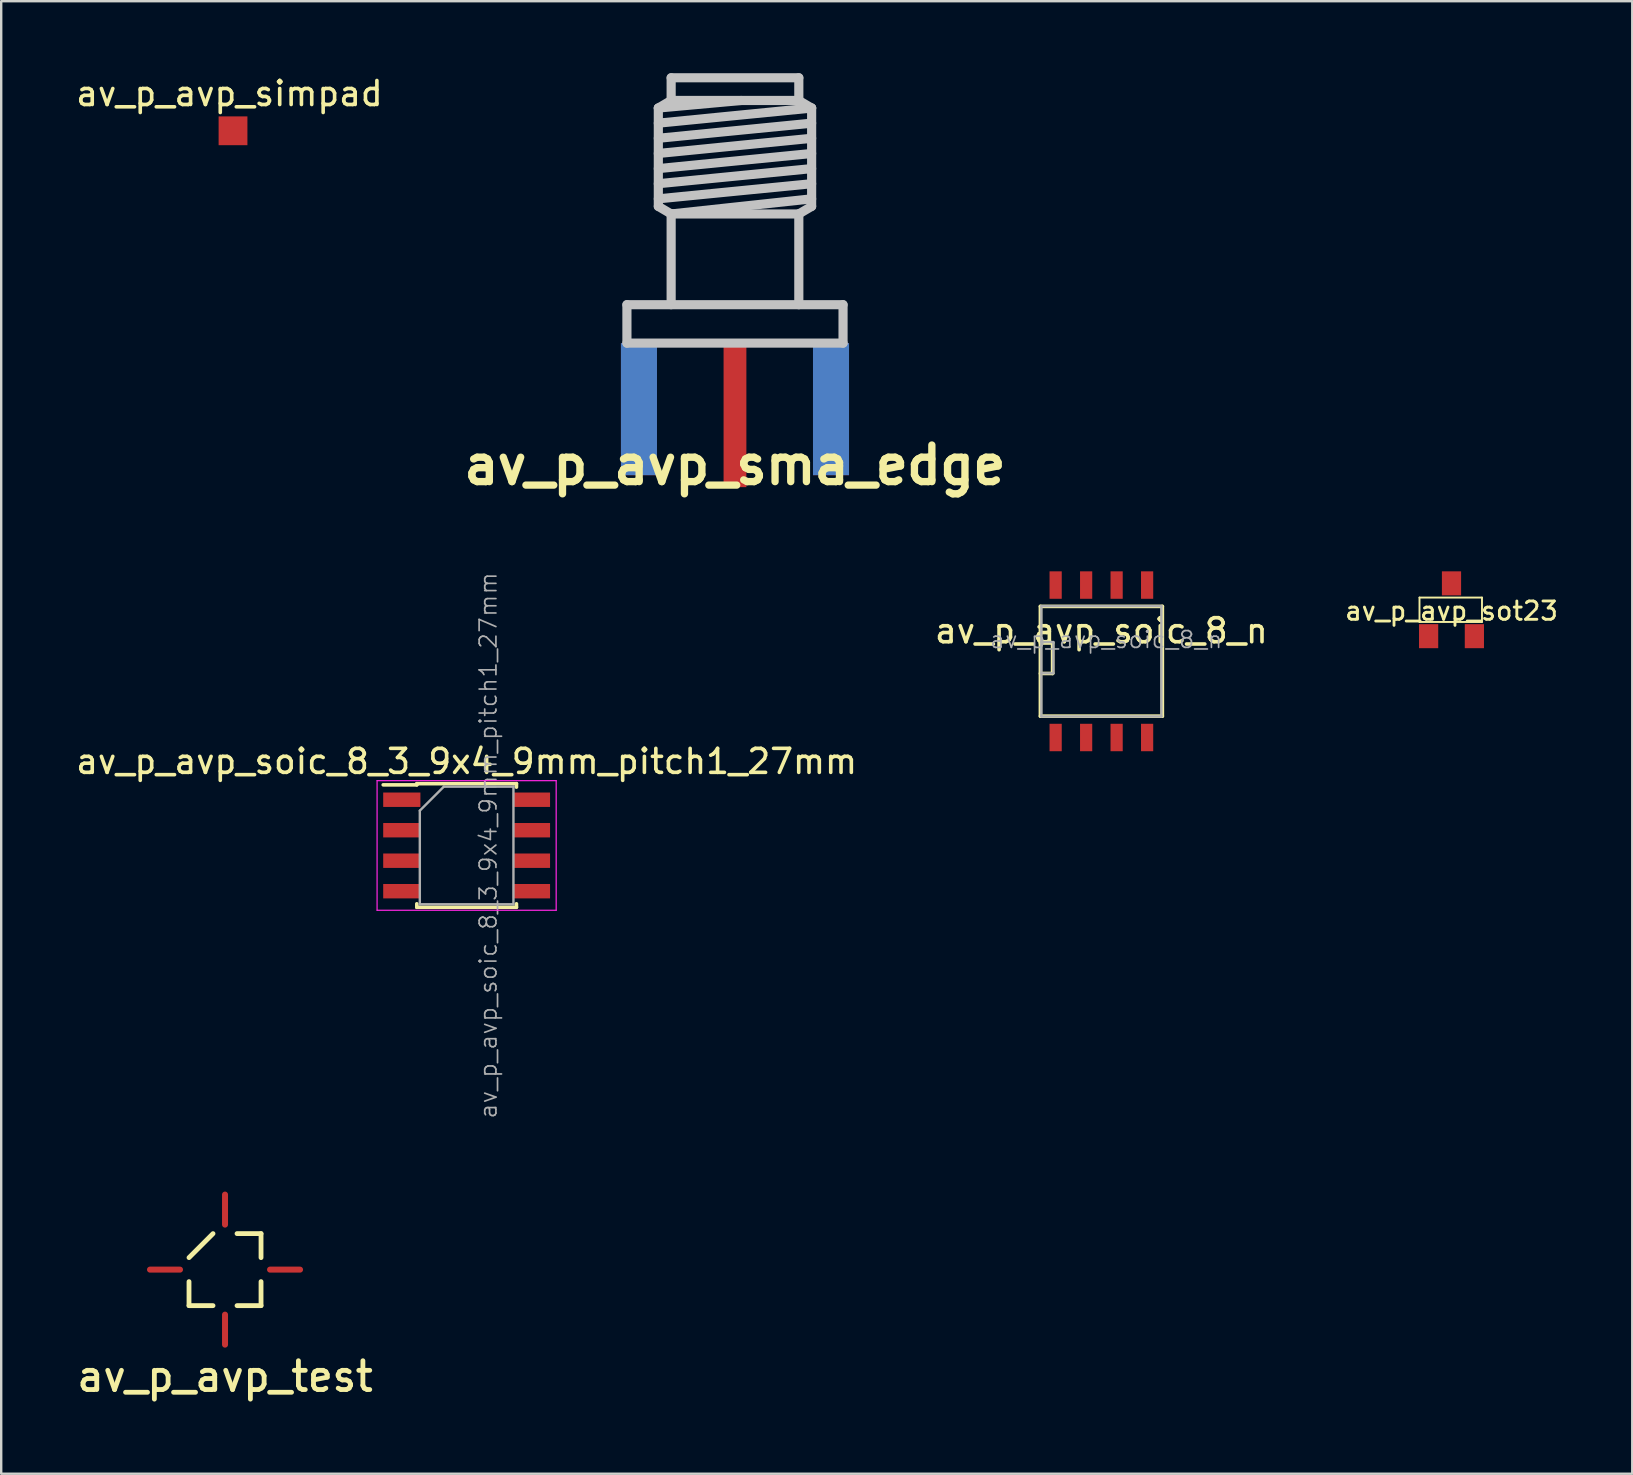
<source format=kicad_pcb>
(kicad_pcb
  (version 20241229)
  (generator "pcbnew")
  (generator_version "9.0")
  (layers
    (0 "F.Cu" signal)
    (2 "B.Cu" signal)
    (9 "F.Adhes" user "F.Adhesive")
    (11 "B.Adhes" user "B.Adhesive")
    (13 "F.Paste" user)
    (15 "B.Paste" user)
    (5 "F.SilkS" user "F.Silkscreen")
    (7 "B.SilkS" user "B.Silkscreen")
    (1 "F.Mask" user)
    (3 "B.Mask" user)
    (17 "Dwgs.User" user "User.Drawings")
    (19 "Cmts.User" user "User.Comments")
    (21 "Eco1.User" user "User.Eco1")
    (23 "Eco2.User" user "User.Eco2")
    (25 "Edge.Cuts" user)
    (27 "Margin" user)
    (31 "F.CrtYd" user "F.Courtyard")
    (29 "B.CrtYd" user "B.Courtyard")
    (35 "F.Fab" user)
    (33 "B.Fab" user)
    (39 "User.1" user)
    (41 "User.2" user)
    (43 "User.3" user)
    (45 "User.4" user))
  (footprint "av_p_avp_soic_8_3_9x4_9mm_pitch1_27mm"
    (layer "F.Cu")
    (at 16.387 32.167)
    (property "Reference" "av_p_avp_soic_8_3_9x4_9mm_pitch1_27mm" (at 0 -3.5 0) (layer "F.SilkS") (effects (font (size 1 1) (thickness 0.15))))
    (property "Value" "${VALUE}" (at -0.9 0.1 90) (layer "F.Fab") (hide yes) (effects (font (size 0.5 0.5) (thickness 0.05))))
    (attr smd)
    (fp_line (start -2.075 -2.575) (end -2.075 -2.525) (stroke (width 0.15) (type solid)) (layer "F.SilkS"))
    (fp_line (start -2.075 -2.575) (end 2.075 -2.575) (stroke (width 0.15) (type solid)) (layer "F.SilkS"))
    (fp_line (start -2.075 -2.525) (end -3.475 -2.525) (stroke (width 0.15) (type solid)) (layer "F.SilkS"))
    (fp_line (start -2.075 2.575) (end -2.075 2.43) (stroke (width 0.15) (type solid)) (layer "F.SilkS"))
    (fp_line (start -2.075 2.575) (end 2.075 2.575) (stroke (width 0.15) (type solid)) (layer "F.SilkS"))
    (fp_line (start 2.075 -2.575) (end 2.075 -2.43) (stroke (width 0.15) (type solid)) (layer "F.SilkS"))
    (fp_line (start 2.075 2.575) (end 2.075 2.43) (stroke (width 0.15) (type solid)) (layer "F.SilkS"))
    (fp_line (start -3.73 -2.7) (end -3.73 2.7) (stroke (width 0.05) (type solid)) (layer "F.CrtYd"))
    (fp_line (start -3.73 -2.7) (end 3.73 -2.7) (stroke (width 0.05) (type solid)) (layer "F.CrtYd"))
    (fp_line (start -3.73 2.7) (end 3.73 2.7) (stroke (width 0.05) (type solid)) (layer "F.CrtYd"))
    (fp_line (start 3.73 -2.7) (end 3.73 2.7) (stroke (width 0.05) (type solid)) (layer "F.CrtYd"))
    (fp_line (start -1.95 -1.45) (end -0.95 -2.45) (stroke (width 0.1) (type solid)) (layer "F.Fab"))
    (fp_line (start -1.95 2.45) (end -1.95 -1.45) (stroke (width 0.1) (type solid)) (layer "F.Fab"))
    (fp_line (start -0.95 -2.45) (end 1.95 -2.45) (stroke (width 0.1) (type solid)) (layer "F.Fab"))
    (fp_line (start 1.95 -2.45) (end 1.95 2.45) (stroke (width 0.1) (type solid)) (layer "F.Fab"))
    (fp_line (start 1.95 2.45) (end -1.95 2.45) (stroke (width 0.1) (type solid)) (layer "F.Fab"))
    (fp_text user "${REFERENCE}" (at 0.9 0 90) (layer "F.Fab") (effects (font (size 0.7 0.7) (thickness 0.07))))
    (pad "1" smd rect (at -2.7 -1.905) (size 1.55 0.6) (layers "F.Cu" "F.Mask" "F.Paste"))
    (pad "2" smd rect (at -2.7 -0.635) (size 1.55 0.6) (layers "F.Cu" "F.Mask" "F.Paste"))
    (pad "3" smd rect (at -2.7 0.635) (size 1.55 0.6) (layers "F.Cu" "F.Mask" "F.Paste"))
    (pad "4" smd rect (at -2.7 1.905) (size 1.55 0.6) (layers "F.Cu" "F.Mask" "F.Paste"))
    (pad "5" smd rect (at 2.7 1.905) (size 1.55 0.6) (layers "F.Cu" "F.Mask" "F.Paste"))
    (pad "6" smd rect (at 2.7 0.635) (size 1.55 0.6) (layers "F.Cu" "F.Mask" "F.Paste"))
    (pad "7" smd rect (at 2.7 -0.635) (size 1.55 0.6) (layers "F.Cu" "F.Mask" "F.Paste"))
    (pad "8" smd rect (at 2.7 -1.905) (size 1.55 0.6) (layers "F.Cu" "F.Mask" "F.Paste")))
  (footprint "av_p_avp_sma_edge"
    (layer "F.Cu")
    (at 27.565 11.242)
    (property "Reference" "av_p_avp_sma_edge" (at 0 5.08 0) (layer "F.SilkS") (effects (font (size 1.524 1.524) (thickness 0.305))))
    (attr through_hole)
    (fp_line (start -4.501 -1.6) (end -4.501 0) (stroke (width 0.381) (type solid)) (layer "Dwgs.User"))
    (fp_line (start -4.501 0) (end 4.501 0) (stroke (width 0.381) (type solid)) (layer "Dwgs.User"))
    (fp_line (start -3.193 -9.792) (end -2.659 -10.107) (stroke (width 0.381) (type solid)) (layer "Dwgs.User"))
    (fp_line (start -3.193 -9.792) (end 0.267 -10.107) (stroke (width 0.381) (type solid)) (layer "Dwgs.User"))
    (fp_line (start -3.193 -9.162) (end 3.193 -9.792) (stroke (width 0.381) (type solid)) (layer "Dwgs.User"))
    (fp_line (start -3.193 -8.532) (end 3.193 -9.162) (stroke (width 0.381) (type solid)) (layer "Dwgs.User"))
    (fp_line (start -3.193 -7.899) (end 3.193 -8.532) (stroke (width 0.381) (type solid)) (layer "Dwgs.User"))
    (fp_line (start -3.193 -7.269) (end 3.193 -7.899) (stroke (width 0.381) (type solid)) (layer "Dwgs.User"))
    (fp_line (start -3.193 -6.64) (end 3.193 -7.269) (stroke (width 0.381) (type solid)) (layer "Dwgs.User"))
    (fp_line (start -3.193 -6.01) (end 3.193 -6.64) (stroke (width 0.381) (type solid)) (layer "Dwgs.User"))
    (fp_line (start -3.193 -5.695) (end -3.193 -9.792) (stroke (width 0.381) (type solid)) (layer "Dwgs.User"))
    (fp_line (start -2.659 -10.107) (end -2.659 -11.052) (stroke (width 0.381) (type solid)) (layer "Dwgs.User"))
    (fp_line (start -2.659 -10.107) (end 2.659 -10.107) (stroke (width 0.381) (type solid)) (layer "Dwgs.User"))
    (fp_line (start -2.659 -5.38) (end -3.193 -5.695) (stroke (width 0.381) (type solid)) (layer "Dwgs.User"))
    (fp_line (start -2.659 -1.6) (end -2.659 -5.38) (stroke (width 0.381) (type solid)) (layer "Dwgs.User"))
    (fp_line (start 2.659 -11.052) (end -2.659 -11.052) (stroke (width 0.381) (type solid)) (layer "Dwgs.User"))
    (fp_line (start 2.659 -10.107) (end 2.659 -11.052) (stroke (width 0.381) (type solid)) (layer "Dwgs.User"))
    (fp_line (start 2.659 -10.107) (end 3.193 -9.792) (stroke (width 0.381) (type solid)) (layer "Dwgs.User"))
    (fp_line (start 2.659 -5.38) (end -2.659 -5.38) (stroke (width 0.381) (type solid)) (layer "Dwgs.User"))
    (fp_line (start 2.659 -1.6) (end 2.659 -5.38) (stroke (width 0.381) (type solid)) (layer "Dwgs.User"))
    (fp_line (start 3.193 -9.792) (end 3.193 -5.695) (stroke (width 0.381) (type solid)) (layer "Dwgs.User"))
    (fp_line (start 3.193 -6.01) (end -2.659 -5.38) (stroke (width 0.381) (type solid)) (layer "Dwgs.User"))
    (fp_line (start 3.193 -5.695) (end 2.659 -5.38) (stroke (width 0.381) (type solid)) (layer "Dwgs.User"))
    (fp_line (start 4.501 -1.6) (end -4.501 -1.6) (stroke (width 0.381) (type solid)) (layer "Dwgs.User"))
    (fp_line (start 4.501 0) (end 4.501 -1.6) (stroke (width 0.381) (type solid)) (layer "Dwgs.User"))
    (pad "1" smd rect (at 0 3) (size 0.95 6) (layers "F.Cu" "F.Mask" "F.Paste"))
    (pad "2" smd rect (at -4 2.751) (size 1.501 5.499) (layers "F.Cu" "F.Mask" "F.Paste"))
    (pad "3" smd rect (at 4 2.751) (size 1.501 5.499) (layers "F.Cu" "F.Mask" "F.Paste"))
    (pad "4" smd rect (at 4 2.751) (size 1.501 5.499) (layers "F.Mask" "B.Cu" "F.Paste"))
    (pad "5" smd rect (at -4 2.751) (size 1.501 5.499) (layers "F.Mask" "B.Cu" "F.Paste")))
  (footprint "av_p_avp_sot23"
    (layer "F.Cu")
    (at 57.411 22.349)
    (property "Reference" "av_p_avp_sot23" (at 0 0.05 0) (layer "F.SilkS") (effects (font (size 0.762 0.762) (thickness 0.119))))
    (attr through_hole)
    (fp_line (start -1.333 -0.508) (end -1.333 0.508) (stroke (width 0.079) (type solid)) (layer "F.SilkS"))
    (fp_line (start -1.333 -0.508) (end 1.27 -0.508) (stroke (width 0.079) (type solid)) (layer "F.SilkS"))
    (fp_line (start 1.27 -0.508) (end 1.27 0.508) (stroke (width 0.079) (type solid)) (layer "F.SilkS"))
    (fp_line (start 1.27 0.508) (end -1.333 0.508) (stroke (width 0.079) (type solid)) (layer "F.SilkS"))
    (pad "1" smd rect (at -0.953 1.1) (size 0.8 1.001) (layers "F.Cu" "F.Mask" "F.Paste"))
    (pad "2" smd rect (at 0.953 1.1) (size 0.8 1.001) (layers "F.Cu" "F.Mask" "F.Paste"))
    (pad "3" smd rect (at 0 -1.1) (size 0.8 1.001) (layers "F.Cu" "F.Mask" "F.Paste")))
  (footprint "av_p_avp_test"
    (layer "F.Cu")
    (at 6.323 49.835)
    (property "Reference" "av_p_avp_test" (at 0 4.45 0) (layer "F.SilkS") (effects (font (size 1.2 1.2) (thickness 0.2))))
    (attr through_hole)
    (fp_line (start -1.5 -0.5) (end -0.5 -1.5) (stroke (width 0.2) (type solid)) (layer "F.SilkS"))
    (fp_line (start -1.5 1.5) (end -1.5 0.5) (stroke (width 0.2) (type solid)) (layer "F.SilkS"))
    (fp_line (start -0.5 1.5) (end -1.5 1.5) (stroke (width 0.2) (type solid)) (layer "F.SilkS"))
    (fp_line (start 0.5 -1.5) (end 1.5 -1.5) (stroke (width 0.2) (type solid)) (layer "F.SilkS"))
    (fp_line (start 0.5 1.5) (end 1.5 1.5) (stroke (width 0.2) (type solid)) (layer "F.SilkS"))
    (fp_line (start 1.5 -1.5) (end 1.5 -0.5) (stroke (width 0.2) (type solid)) (layer "F.SilkS"))
    (fp_line (start 1.5 1.5) (end 1.5 0.5) (stroke (width 0.2) (type solid)) (layer "F.SilkS"))
    (pad "1" smd oval (at -2.5 0) (size 1.5 0.25) (layers "F.Cu" "F.Mask" "F.Paste"))
    (pad "2" smd oval (at 0 2.5) (size 0.25 1.5) (layers "F.Cu" "F.Mask" "F.Paste"))
    (pad "3" smd oval (at 2.5 0) (size 1.5 0.25) (layers "F.Cu" "F.Mask" "F.Paste"))
    (pad "4" smd oval (at 0 -2.5) (size 0.25 1.5) (layers "F.Cu" "F.Mask" "F.Paste")))
  (footprint "av_p_avp_soic_8_n"
    (layer "F.Cu")
    (at 42.827 24.495)
    (property "Reference" "av_p_avp_soic_8_n" (at 0 -1.27 0) (layer "F.SilkS") (effects (font (size 1 1) (thickness 0.15))))
    (attr smd)
    (fp_line (start -2.54 -2.286) (end 2.54 -2.286) (stroke (width 0.15) (type solid)) (layer "F.SilkS"))
    (fp_line (start -2.54 -0.762) (end -2.032 -0.762) (stroke (width 0.15) (type solid)) (layer "F.SilkS"))
    (fp_line (start -2.54 2.286) (end -2.54 -2.286) (stroke (width 0.15) (type solid)) (layer "F.SilkS"))
    (fp_line (start -2.032 -0.762) (end -2.032 0.508) (stroke (width 0.15) (type solid)) (layer "F.SilkS"))
    (fp_line (start -2.032 0.508) (end -2.54 0.508) (stroke (width 0.15) (type solid)) (layer "F.SilkS"))
    (fp_line (start 2.54 -2.286) (end 2.54 2.286) (stroke (width 0.15) (type solid)) (layer "F.SilkS"))
    (fp_line (start 2.54 2.286) (end -2.54 2.286) (stroke (width 0.15) (type solid)) (layer "F.SilkS"))
    (fp_line (start -2.5 -2.3) (end 2.5 -2.3) (stroke (width 0.1) (type solid)) (layer "F.Fab"))
    (fp_line (start -2.5 -0.8) (end -2 -0.8) (stroke (width 0.1) (type solid)) (layer "F.Fab"))
    (fp_line (start -2.5 2.3) (end -2.5 -2.3) (stroke (width 0.1) (type solid)) (layer "F.Fab"))
    (fp_line (start -2 -0.8) (end -2 0.5) (stroke (width 0.1) (type solid)) (layer "F.Fab"))
    (fp_line (start -2 0.5) (end -2.5 0.5) (stroke (width 0.1) (type solid)) (layer "F.Fab"))
    (fp_line (start 2.5 -2.3) (end 2.5 2.3) (stroke (width 0.1) (type solid)) (layer "F.Fab"))
    (fp_line (start 2.5 2.3) (end -2.5 2.3) (stroke (width 0.1) (type solid)) (layer "F.Fab"))
    (fp_text user "${REFERENCE}" (at 0.2 -0.9 0) (layer "F.Fab") (effects (font (size 0.7 0.7) (thickness 0.07))))
    (pad "1" smd rect (at -1.905 3.175) (size 0.508 1.143) (layers "F.Cu" "F.Mask" "F.Paste"))
    (pad "2" smd rect (at -0.635 3.175) (size 0.508 1.143) (layers "F.Cu" "F.Mask" "F.Paste"))
    (pad "3" smd rect (at 0.635 3.175) (size 0.508 1.143) (layers "F.Cu" "F.Mask" "F.Paste"))
    (pad "4" smd rect (at 1.905 3.175) (size 0.508 1.143) (layers "F.Cu" "F.Mask" "F.Paste"))
    (pad "5" smd rect (at 1.905 -3.175) (size 0.508 1.143) (layers "F.Cu" "F.Mask" "F.Paste"))
    (pad "6" smd rect (at 0.635 -3.175) (size 0.508 1.143) (layers "F.Cu" "F.Mask" "F.Paste"))
    (pad "7" smd rect (at -0.635 -3.175) (size 0.508 1.143) (layers "F.Cu" "F.Mask" "F.Paste"))
    (pad "8" smd rect (at -1.905 -3.175) (size 0.508 1.143) (layers "F.Cu" "F.Mask" "F.Paste")))
  (footprint "av_p_avp_simpad"
    (layer "F.Cu")
    (at 6.656 2.398)
    (property "Reference" "av_p_avp_simpad" (at -0.15 -1.55 0) (layer "F.SilkS") (effects (font (size 1 1) (thickness 0.15))))
    (attr through_hole)
    (pad "1" smd rect (at 0 0) (size 1.2 1.2) (layers "F.Cu" "F.Mask" "F.Paste")))
  (gr_rect
    (start -3 -3)
    (end 64.94 58.338)
    (stroke (width 0.1) (type default))
    (fill no)
    (layer "Edge.Cuts")))
</source>
